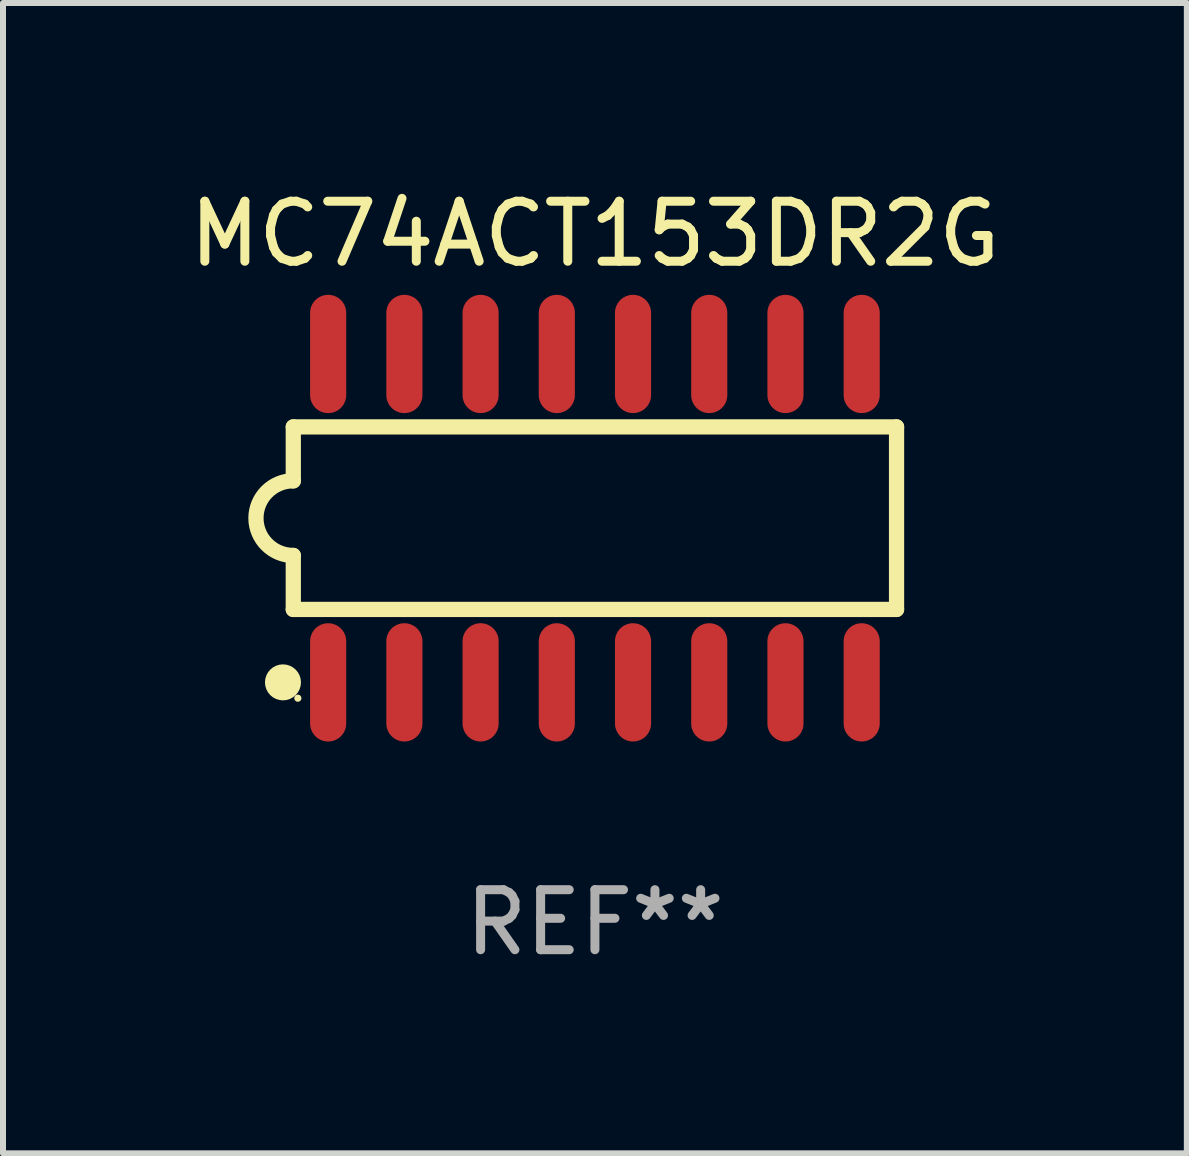
<source format=kicad_pcb>
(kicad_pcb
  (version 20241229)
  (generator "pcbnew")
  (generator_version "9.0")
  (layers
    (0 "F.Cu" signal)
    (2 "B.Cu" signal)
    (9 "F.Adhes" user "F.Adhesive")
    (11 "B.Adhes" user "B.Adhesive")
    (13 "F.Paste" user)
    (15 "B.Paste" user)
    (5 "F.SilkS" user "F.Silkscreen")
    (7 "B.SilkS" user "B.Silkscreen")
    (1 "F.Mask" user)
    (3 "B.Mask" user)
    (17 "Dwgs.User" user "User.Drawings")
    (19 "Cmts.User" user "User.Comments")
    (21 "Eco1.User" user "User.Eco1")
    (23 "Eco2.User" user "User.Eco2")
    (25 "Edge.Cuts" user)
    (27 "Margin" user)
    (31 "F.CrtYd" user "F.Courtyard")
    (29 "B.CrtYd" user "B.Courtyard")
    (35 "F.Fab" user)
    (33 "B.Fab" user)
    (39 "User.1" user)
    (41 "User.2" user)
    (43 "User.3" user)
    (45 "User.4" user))
  (footprint "MC74ACT153DR2G"
    (layer "F.Cu")
    (at 6.863 5.584)
    (property "Reference" "MC74ACT153DR2G" (at 0 -4.736 0) (layer "F.SilkS") (effects (font (size 1 1) (thickness 0.15))))
    (attr through_hole)
    (fp_line (start -5.026 -1.521) (end -5.026 -0.621) (stroke (width 0.254) (type solid)) (layer "F.SilkS"))
    (fp_line (start -5.026 -1.521) (end 5.026 -1.521) (stroke (width 0.254) (type solid)) (layer "F.SilkS"))
    (fp_line (start -5.026 1.521) (end -5.026 0.621) (stroke (width 0.254) (type solid)) (layer "F.SilkS"))
    (fp_line (start 5.026 -1.521) (end 5.026 1.521) (stroke (width 0.254) (type solid)) (layer "F.SilkS"))
    (fp_line (start 5.026 1.521) (end -5.026 1.521) (stroke (width 0.254) (type solid)) (layer "F.SilkS"))
    (fp_arc (start -5.026187 0.621387) (mid -5.647752 -0.000787) (end -5.025781 -0.622555) (stroke (width 0.254001) (type solid)) (layer "F.SilkS"))
    (fp_circle (center -5.198 2.736) (end -5.048 2.736) (stroke (width 0.3) (type solid)) (fill no) (layer "F.SilkS"))
    (fp_circle (center -4.95 3) (end -4.92 3) (stroke (width 0.06) (type solid)) (fill no) (layer "F.SilkS"))
    (fp_text user "REF**" (at 0 6.736 0) (layer "F.Fab") (effects (font (size 1 1) (thickness 0.15))))
    (pad "1" smd oval (at -4.445 2.736) (size 0.602 1.971) (layers "F.Cu" "F.Mask" "F.Paste"))
    (pad "2" smd oval (at -3.175 2.736) (size 0.602 1.971) (layers "F.Cu" "F.Mask" "F.Paste"))
    (pad "3" smd oval (at -1.905 2.736) (size 0.602 1.971) (layers "F.Cu" "F.Mask" "F.Paste"))
    (pad "4" smd oval (at -0.635 2.736) (size 0.602 1.971) (layers "F.Cu" "F.Mask" "F.Paste"))
    (pad "5" smd oval (at 0.635 2.736) (size 0.602 1.971) (layers "F.Cu" "F.Mask" "F.Paste"))
    (pad "6" smd oval (at 1.905 2.736) (size 0.602 1.971) (layers "F.Cu" "F.Mask" "F.Paste"))
    (pad "7" smd oval (at 3.175 2.736) (size 0.602 1.971) (layers "F.Cu" "F.Mask" "F.Paste"))
    (pad "8" smd oval (at 4.445 2.736) (size 0.602 1.971) (layers "F.Cu" "F.Mask" "F.Paste"))
    (pad "9" smd oval (at 4.445 -2.736) (size 0.602 1.971) (layers "F.Cu" "F.Mask" "F.Paste"))
    (pad "10" smd oval (at 3.175 -2.736) (size 0.602 1.971) (layers "F.Cu" "F.Mask" "F.Paste"))
    (pad "11" smd oval (at 1.905 -2.736) (size 0.602 1.971) (layers "F.Cu" "F.Mask" "F.Paste"))
    (pad "12" smd oval (at 0.635 -2.736) (size 0.602 1.971) (layers "F.Cu" "F.Mask" "F.Paste"))
    (pad "13" smd oval (at -0.635 -2.736) (size 0.602 1.971) (layers "F.Cu" "F.Mask" "F.Paste"))
    (pad "14" smd oval (at -1.905 -2.736) (size 0.602 1.971) (layers "F.Cu" "F.Mask" "F.Paste"))
    (pad "15" smd oval (at -3.175 -2.736) (size 0.602 1.971) (layers "F.Cu" "F.Mask" "F.Paste"))
    (pad "16" smd oval (at -4.445 -2.736) (size 0.602 1.971) (layers "F.Cu" "F.Mask" "F.Paste")))
  (gr_rect
    (start -3 -3)
    (end 16.726 16.168)
    (stroke (width 0.1) (type default))
    (fill no)
    (layer "Edge.Cuts")))
</source>
